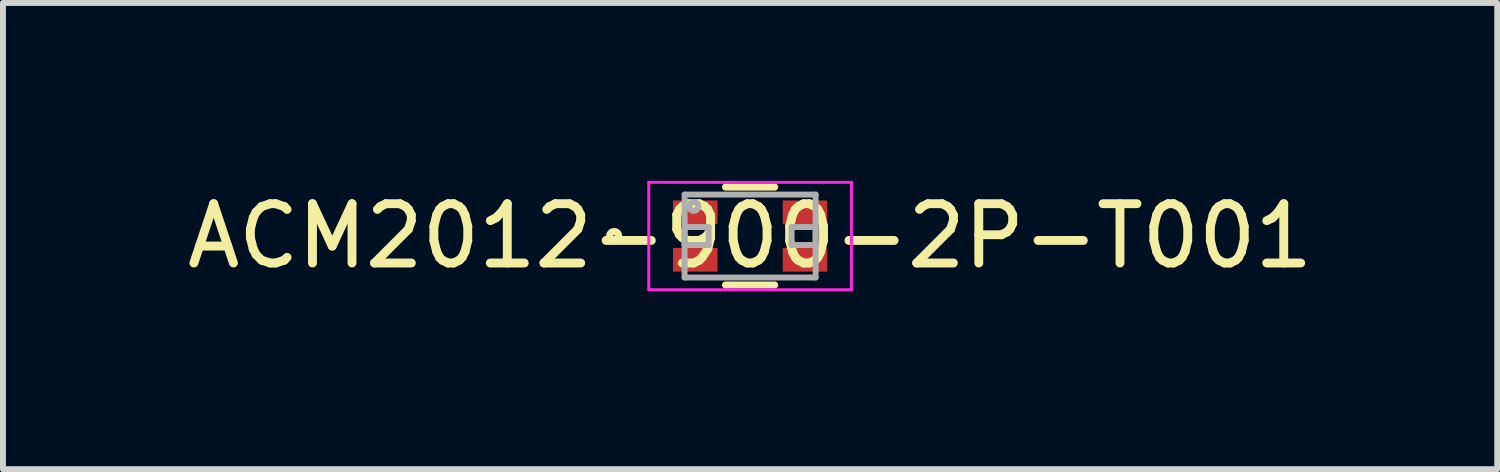
<source format=kicad_pcb>
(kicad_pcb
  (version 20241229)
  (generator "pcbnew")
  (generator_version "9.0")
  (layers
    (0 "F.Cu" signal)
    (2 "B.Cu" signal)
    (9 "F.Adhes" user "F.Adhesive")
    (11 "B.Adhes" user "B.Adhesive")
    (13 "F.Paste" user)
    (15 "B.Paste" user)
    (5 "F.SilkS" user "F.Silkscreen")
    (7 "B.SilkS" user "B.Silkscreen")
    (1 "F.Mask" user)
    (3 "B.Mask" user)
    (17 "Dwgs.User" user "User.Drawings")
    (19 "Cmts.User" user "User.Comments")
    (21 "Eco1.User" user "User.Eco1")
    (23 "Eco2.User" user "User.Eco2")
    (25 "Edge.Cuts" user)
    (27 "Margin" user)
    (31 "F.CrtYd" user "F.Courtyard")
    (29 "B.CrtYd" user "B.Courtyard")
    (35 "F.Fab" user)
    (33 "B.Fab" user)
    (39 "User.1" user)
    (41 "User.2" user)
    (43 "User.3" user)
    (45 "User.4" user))
  (footprint "ACM2012-900-2P-T001"
    (layer "F.Cu")
    (at 9.601 0.931)
    (property "Reference" "ACM2012-900-2P-T001" (at 0 0 0) (layer "F.SilkS") (effects (font (size 1 1) (thickness 0.15))))
    (attr smd)
    (fp_line (start -0.414 0.826) (end 0.414 0.826) (stroke (width 0.12) (type solid)) (layer "F.SilkS"))
    (fp_line (start 0.414 -0.826) (end -0.414 -0.826) (stroke (width 0.12) (type solid)) (layer "F.SilkS"))
    (fp_circle (center -2.293 0) (end -2.217 0) (stroke (width 0.12) (type solid)) (fill no) (layer "F.SilkS"))
    (fp_line (start -1.709 -0.906) (end 1.709 -0.906) (stroke (width 0.05) (type solid)) (layer "F.CrtYd"))
    (fp_line (start -1.709 0.906) (end -1.709 -0.906) (stroke (width 0.05) (type solid)) (layer "F.CrtYd"))
    (fp_line (start 1.709 -0.906) (end 1.709 0.906) (stroke (width 0.05) (type solid)) (layer "F.CrtYd"))
    (fp_line (start 1.709 0.906) (end -1.709 0.906) (stroke (width 0.05) (type solid)) (layer "F.CrtYd"))
    (fp_line (start -1.105 -0.699) (end -1.105 0.699) (stroke (width 0.1) (type solid)) (layer "F.Fab"))
    (fp_line (start -1.105 -0.152) (end -1.105 0.152) (stroke (width 0.1) (type solid)) (layer "F.Fab"))
    (fp_line (start -1.105 0.152) (end -0.699 0.152) (stroke (width 0.1) (type solid)) (layer "F.Fab"))
    (fp_line (start -1.105 0.699) (end 1.105 0.699) (stroke (width 0.1) (type solid)) (layer "F.Fab"))
    (fp_line (start -0.699 -0.152) (end -1.105 -0.152) (stroke (width 0.1) (type solid)) (layer "F.Fab"))
    (fp_line (start -0.699 0.152) (end -0.699 -0.152) (stroke (width 0.1) (type solid)) (layer "F.Fab"))
    (fp_line (start 0.699 -0.152) (end 0.699 0.152) (stroke (width 0.1) (type solid)) (layer "F.Fab"))
    (fp_line (start 0.699 0.152) (end 1.105 0.152) (stroke (width 0.1) (type solid)) (layer "F.Fab"))
    (fp_line (start 1.105 -0.699) (end -1.105 -0.699) (stroke (width 0.1) (type solid)) (layer "F.Fab"))
    (fp_line (start 1.105 -0.152) (end 0.699 -0.152) (stroke (width 0.1) (type solid)) (layer "F.Fab"))
    (fp_line (start 1.105 0.152) (end 1.105 -0.152) (stroke (width 0.1) (type solid)) (layer "F.Fab"))
    (fp_line (start 1.105 0.699) (end 1.105 -0.699) (stroke (width 0.1) (type solid)) (layer "F.Fab"))
    (fp_circle (center -0.95 -0.5) (end -0.874 -0.5) (stroke (width 0.1) (type solid)) (fill no) (layer "F.Fab"))
    (pad "1" smd rect (at -0.925 -0.4) (size 0.75 0.4) (layers "F.Cu" "F.Mask" "F.Paste"))
    (pad "2" smd rect (at -0.925 0.4) (size 0.75 0.4) (layers "F.Cu" "F.Mask" "F.Paste"))
    (pad "3" smd rect (at 0.925 0.4) (size 0.75 0.4) (layers "F.Cu" "F.Mask" "F.Paste"))
    (pad "4" smd rect (at 0.925 -0.4) (size 0.75 0.4) (layers "F.Cu" "F.Mask" "F.Paste")))
  (gr_rect
    (start -3 -3)
    (end 22.202 4.863)
    (stroke (width 0.1) (type default))
    (fill no)
    (layer "Edge.Cuts")))
</source>
